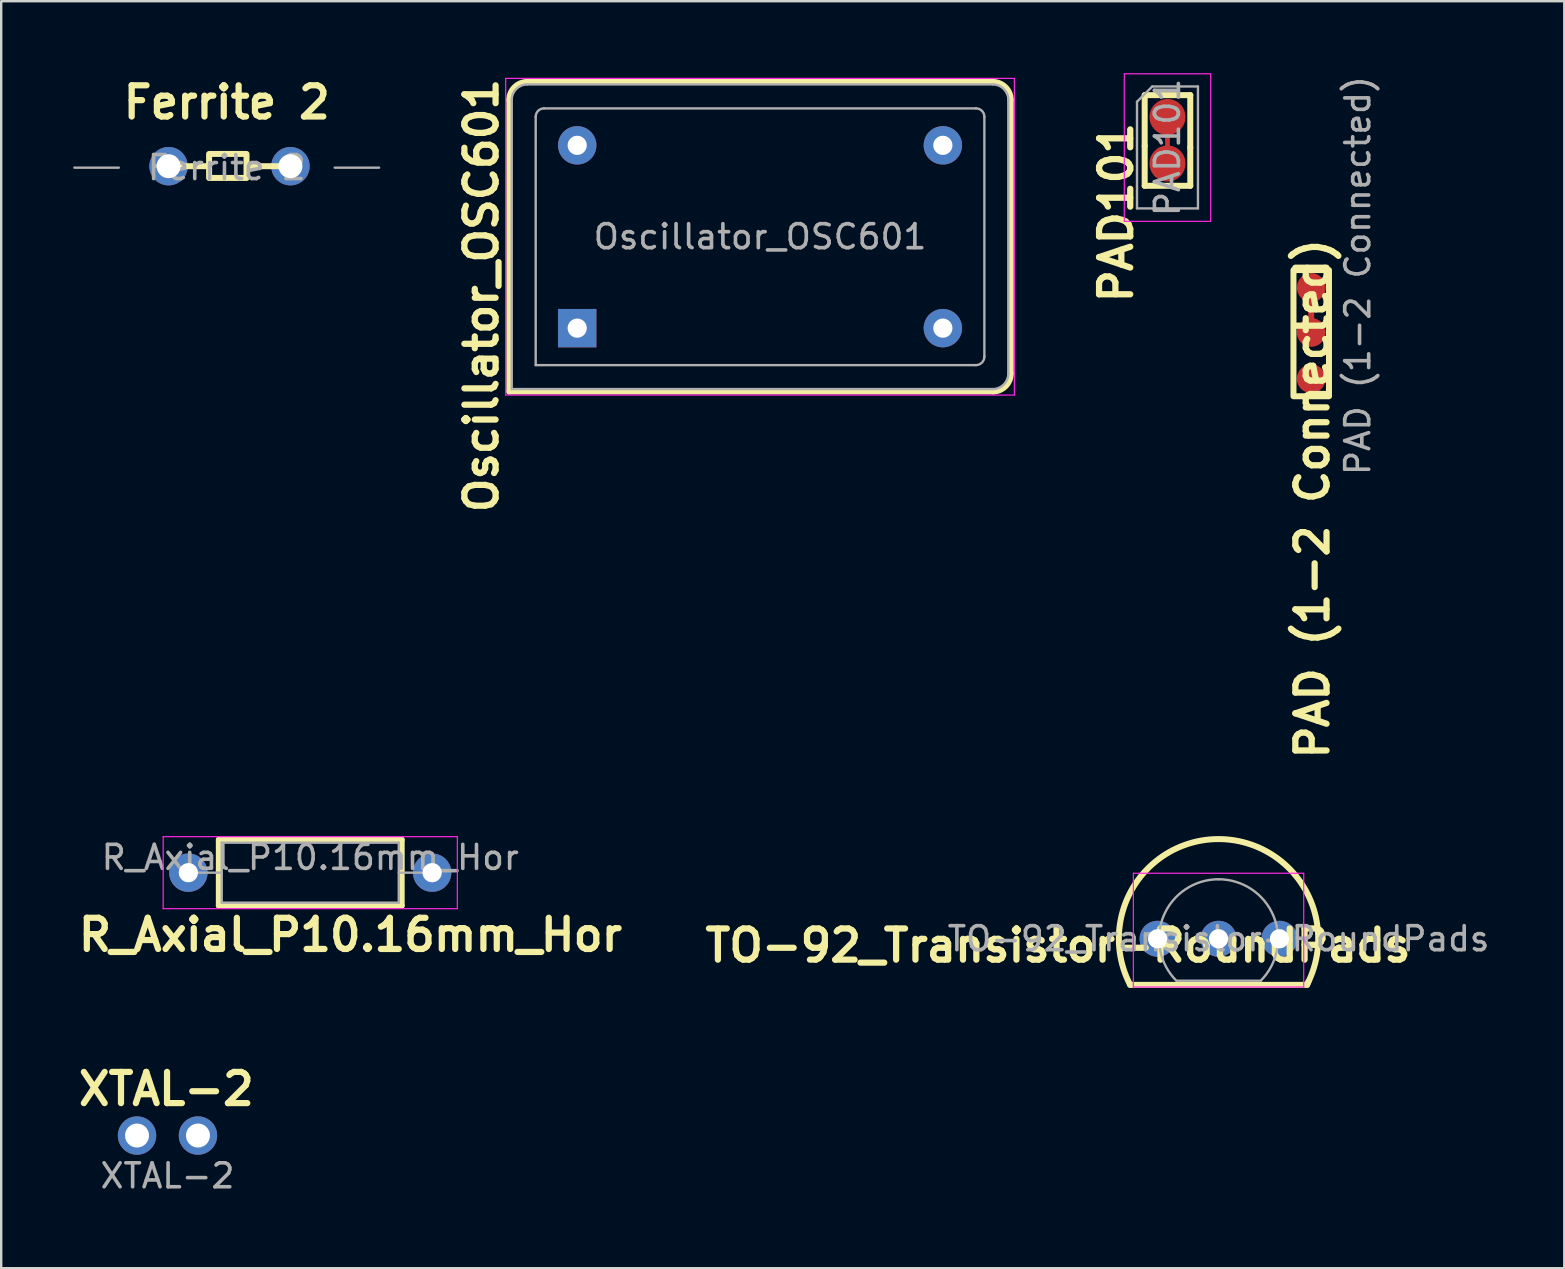
<source format=kicad_pcb>
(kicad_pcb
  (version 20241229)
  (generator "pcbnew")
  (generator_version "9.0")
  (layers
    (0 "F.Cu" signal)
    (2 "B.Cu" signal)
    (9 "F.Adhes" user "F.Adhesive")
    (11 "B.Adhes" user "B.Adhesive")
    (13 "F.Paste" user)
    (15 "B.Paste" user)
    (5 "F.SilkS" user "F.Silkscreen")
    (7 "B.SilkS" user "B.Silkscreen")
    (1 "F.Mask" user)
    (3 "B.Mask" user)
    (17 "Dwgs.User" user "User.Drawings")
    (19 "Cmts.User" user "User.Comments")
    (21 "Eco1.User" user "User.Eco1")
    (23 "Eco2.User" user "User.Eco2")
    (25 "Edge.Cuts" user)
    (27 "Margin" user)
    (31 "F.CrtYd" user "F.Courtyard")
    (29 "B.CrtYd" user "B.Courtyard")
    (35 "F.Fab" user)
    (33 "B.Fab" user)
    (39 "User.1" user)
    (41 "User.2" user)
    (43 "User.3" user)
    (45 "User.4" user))
  (footprint "TO-92_Transistor-RoundPads"
    (layer "F.Cu")
    (at 45.189 35.952)
    (property "Reference" "TO-92_Transistor-RoundPads" (at -4.142 0.407 0) (layer "F.SilkS") (effects (font (size 1.3 1.3) (thickness 0.26) (bold yes))))
    (attr through_hole)
    (fp_line (start 6.238 2.045) (end -1.136 2.045) (stroke (width 0.25) (type default)) (layer "F.SilkS"))
    (fp_line (start 6.238 2.045) (end 6.298 1.905) (stroke (width 0.25) (type default)) (layer "F.SilkS"))
    (fp_arc (start -1.136259 2.044559) (mid 2.519999 -4.03) (end 6.258101 1.99454) (stroke (width 0.25) (type default)) (layer "F.SilkS"))
    (fp_line (start -1.002 -2.605) (end -1.002 2.135) (stroke (width 0.05) (type solid)) (layer "F.CrtYd"))
    (fp_line (start -1.002 -2.605) (end 6.098 -2.605) (stroke (width 0.05) (type solid)) (layer "F.CrtYd"))
    (fp_line (start 6.098 2.135) (end -1.002 2.135) (stroke (width 0.05) (type solid)) (layer "F.CrtYd"))
    (fp_line (start 6.098 2.135) (end 6.098 -2.605) (stroke (width 0.05) (type solid)) (layer "F.CrtYd"))
    (fp_line (start 0.808 1.875) (end 4.308 1.875) (stroke (width 0.1) (type solid)) (layer "F.Fab"))
    (fp_arc (start 0.794477 1.878165) (mid 0.25688 -0.824515) (end 2.548102 -2.35546) (stroke (width 0.1) (type solid)) (layer "F.Fab"))
    (fp_arc (start 2.548102 -2.35546) (mid 4.839321 -0.824515) (end 4.301727 1.878165) (stroke (width 0.1) (type solid)) (layer "F.Fab"))
    (fp_text user "${REFERENCE}" (at 2.548 0.125 0) (layer "F.Fab") (effects (font (size 1 1) (thickness 0.15))))
    (pad "1" thru_hole circle (at 0.008 0.125) (size 1.5 1.5) (drill 0.8) (layers "*.Cu" "*.Mask"))
    (pad "2" thru_hole circle (at 2.548 0.125) (size 1.5 1.5) (drill 0.8) (layers "*.Cu" "*.Mask"))
    (pad "3" thru_hole circle (at 5.088 0.125) (size 1.5 1.5) (drill 0.8) (layers "*.Cu" "*.Mask")))
  (footprint "R_Axial_P10.16mm_Hor"
    (layer "F.Cu")
    (at 4.801 33.322)
    (property "Reference" "R_Axial_P10.16mm_Hor" (at 6.756 2.591 0) (layer "F.SilkS") (effects (font (size 1.3 1.3) (thickness 0.26) (bold yes))))
    (attr through_hole)
    (fp_line (start 1.27 -1.37) (end 1.27 1.37) (stroke (width 0.25) (type solid)) (layer "F.SilkS"))
    (fp_line (start 1.27 1.37) (end 8.89 1.37) (stroke (width 0.25) (type solid)) (layer "F.SilkS"))
    (fp_line (start 8.89 -1.37) (end 1.27 -1.37) (stroke (width 0.25) (type solid)) (layer "F.SilkS"))
    (fp_line (start 8.89 1.37) (end 8.89 -1.37) (stroke (width 0.25) (type solid)) (layer "F.SilkS"))
    (fp_line (start -1.05 -1.5) (end -1.05 1.5) (stroke (width 0.05) (type solid)) (layer "F.CrtYd"))
    (fp_line (start -1.05 1.5) (end 11.21 1.5) (stroke (width 0.05) (type solid)) (layer "F.CrtYd"))
    (fp_line (start 11.21 -1.5) (end -1.05 -1.5) (stroke (width 0.05) (type solid)) (layer "F.CrtYd"))
    (fp_line (start 11.21 1.5) (end 11.21 -1.5) (stroke (width 0.05) (type solid)) (layer "F.CrtYd"))
    (fp_line (start 0 0) (end 1.39 0) (stroke (width 0.1) (type solid)) (layer "F.Fab"))
    (fp_line (start 1.39 -1.25) (end 1.39 1.25) (stroke (width 0.1) (type solid)) (layer "F.Fab"))
    (fp_line (start 1.39 1.25) (end 8.77 1.25) (stroke (width 0.1) (type solid)) (layer "F.Fab"))
    (fp_line (start 8.77 -1.25) (end 1.39 -1.25) (stroke (width 0.1) (type solid)) (layer "F.Fab"))
    (fp_line (start 8.77 1.25) (end 8.77 -1.25) (stroke (width 0.1) (type solid)) (layer "F.Fab"))
    (fp_line (start 10.16 0) (end 8.77 0) (stroke (width 0.1) (type solid)) (layer "F.Fab"))
    (fp_text user "${REFERENCE}" (at 5.08 -0.635 0) (layer "F.Fab") (effects (font (size 1 1) (thickness 0.15))))
    (pad "1" thru_hole circle (at 0 0) (size 1.6 1.6) (drill 0.8) (layers "*.Cu" "*.Mask"))
    (pad "2" thru_hole oval (at 10.16 0) (size 1.6 1.6) (drill 0.8) (layers "*.Cu" "*.Mask")))
  (footprint "Ferrite 2"
    (layer "F.Cu")
    (at 6.43 3.927)
    (property "Reference" "Ferrite 2" (at -0.03 -2.71 0) (layer "F.SilkS") (effects (font (size 1.3 1.3) (thickness 0.26) (bold yes))))
    (attr through_hole)
    (fp_line (start -0.78 -0.05) (end -2.57 -0.05) (stroke (width 0.25) (type default)) (layer "F.SilkS"))
    (fp_line (start 2.625 -0.05) (end 0.835 -0.05) (stroke (width 0.25) (type default)) (layer "F.SilkS"))
    (fp_rect (start -0.765 -0.56) (end 0.795 0.44) (stroke (width 0.25) (type default)) (fill no) (layer "F.SilkS"))
    (fp_line (start -6.38 0.01) (end -4.53 0.01) (stroke (width 0.1) (type solid)) (layer "F.Fab"))
    (fp_line (start 6.32 0.01) (end 4.47 0.01) (stroke (width 0.1) (type solid)) (layer "F.Fab"))
    (fp_text user "${REFERENCE}" (at -0.03 0.01 0) (layer "F.Fab") (effects (font (size 1 1) (thickness 0.15))))
    (pad "1" thru_hole circle (at -2.455 -0.05) (size 1.6 1.6) (drill 1) (layers "*.Cu" "*.Mask"))
    (pad "2" thru_hole oval (at 2.625 -0.05) (size 1.6 1.6) (drill 1) (layers "*.Cu" "*.Mask")))
  (footprint "PAD101"
    (layer "F.Cu")
    (at 45.609 1.825)
    (property "Reference" "PAD101" (at -2.14 3.985 90) (layer "F.SilkS") (effects (font (size 1.3 1.3) (thickness 0.26) (bold yes))))
    (attr through_hole)
    (fp_line (start 0 0) (end 0 1.94) (stroke (width 0.2) (type default)) (layer "F.Cu"))
    (fp_line (start -0.95 -0.91) (end 0.95 -0.91) (stroke (width 0.25) (type solid)) (layer "F.SilkS"))
    (fp_line (start -0.95 1.21) (end -0.95 -0.91) (stroke (width 0.25) (type solid)) (layer "F.SilkS"))
    (fp_line (start -0.95 1.21) (end -0.95 2.87) (stroke (width 0.25) (type solid)) (layer "F.SilkS"))
    (fp_line (start -0.95 2.87) (end 0.95 2.87) (stroke (width 0.25) (type solid)) (layer "F.SilkS"))
    (fp_line (start 0.95 1.27) (end 0.95 -0.91) (stroke (width 0.25) (type solid)) (layer "F.SilkS"))
    (fp_line (start 0.95 1.27) (end 0.95 2.87) (stroke (width 0.25) (type solid)) (layer "F.SilkS"))
    (fp_line (start -1.8 -1.8) (end -1.8 4.35) (stroke (width 0.05) (type solid)) (layer "F.CrtYd"))
    (fp_line (start -1.8 4.35) (end 1.8 4.35) (stroke (width 0.05) (type solid)) (layer "F.CrtYd"))
    (fp_line (start 1.8 -1.8) (end -1.8 -1.8) (stroke (width 0.05) (type solid)) (layer "F.CrtYd"))
    (fp_line (start 1.8 4.35) (end 1.8 -1.8) (stroke (width 0.05) (type solid)) (layer "F.CrtYd"))
    (fp_line (start -1.27 -0.635) (end -0.635 -1.27) (stroke (width 0.1) (type solid)) (layer "F.Fab"))
    (fp_line (start -1.27 3.81) (end -1.27 -0.635) (stroke (width 0.1) (type solid)) (layer "F.Fab"))
    (fp_line (start -0.635 -1.27) (end 1.27 -1.27) (stroke (width 0.1) (type solid)) (layer "F.Fab"))
    (fp_line (start 1.27 -1.27) (end 1.27 3.81) (stroke (width 0.1) (type solid)) (layer "F.Fab"))
    (fp_line (start 1.27 3.81) (end -1.27 3.81) (stroke (width 0.1) (type solid)) (layer "F.Fab"))
    (fp_text user "${REFERENCE}" (at 0 1.27 270) (layer "F.Fab") (effects (font (size 1 1) (thickness 0.15))))
    (pad "1" smd circle (at 0 0) (size 1.5 1.5) (layers "F.Cu" "F.Mask"))
    (pad "2" smd circle (at 0 1.94) (size 1.5 1.5) (layers "F.Cu" "F.Mask")))
  (footprint "PAD (1-2 Connected)"
    (layer "F.Cu")
    (at 51.59 8.935)
    (property "Reference" "PAD (1-2 Connected)" (at 0.06 8.8 90) (layer "F.SilkS") (effects (font (size 1.3 1.3) (thickness 0.26) (bold yes))))
    (attr through_hole)
    (fp_line (start 0.01 0) (end 0.01 1.93) (stroke (width 0.25) (type default)) (layer "F.Cu"))
    (fp_rect (start 0.75 4.53) (end -0.73 -0.73) (stroke (width 0.25) (type default)) (fill no) (layer "F.SilkS"))
    (fp_text user "${REFERENCE}" (at 1.95 -0.5 90) (layer "F.Fab") (effects (font (size 1 1) (thickness 0.15))))
    (pad "1" smd circle (at 0.01 0) (size 1.2 1.2) (layers "F.Cu" "F.Mask"))
    (pad "2" smd circle (at 0.01 1.87) (size 1.2 1.2) (layers "F.Cu" "F.Mask"))
    (pad "3" smd circle (at 0.01 3.8) (size 1.2 1.2) (layers "F.Cu" "F.Mask")))
  (footprint "XTAL-2"
    (layer "F.Cu")
    (at 2.651 44.358)
    (property "Reference" "XTAL-2" (at 1.23 -2.02 0) (layer "F.SilkS") (effects (font (size 1.3 1.3) (thickness 0.26) (bold yes))))
    (attr through_hole)
    (fp_text user "${REFERENCE}" (at 1.28 1.6 0) (layer "F.Fab") (effects (font (size 1 1) (thickness 0.15))))
    (pad "1" thru_hole circle (at 0.01 -0.08) (size 1.6 1.6) (drill 1) (layers "*.Cu" "*.Mask"))
    (pad "2" thru_hole circle (at 2.55 -0.08) (size 1.6 1.6) (drill 1) (layers "*.Cu" "*.Mask")))
  (footprint "Oscillator_OSC601"
    (layer "F.Cu")
    (at 21.007 10.627)
    (property "Reference" "Oscillator_OSC601" (at -3.99 -1.36 90) (layer "F.SilkS") (effects (font (size 1.3 1.3) (thickness 0.26) (bold yes))))
    (attr through_hole)
    (fp_line (start -2.83 -9.51) (end -2.83 2.64) (stroke (width 0.25) (type solid)) (layer "F.SilkS"))
    (fp_line (start -2.83 2.64) (end 17.32 2.64) (stroke (width 0.25) (type solid)) (layer "F.SilkS"))
    (fp_line (start 17.32 -10.26) (end -2.08 -10.26) (stroke (width 0.25) (type solid)) (layer "F.SilkS"))
    (fp_line (start 18.07 1.89) (end 18.07 -9.51) (stroke (width 0.25) (type solid)) (layer "F.SilkS"))
    (fp_arc (start -2.83 -9.51) (mid -2.61033 -10.04033) (end -2.08 -10.26) (stroke (width 0.25) (type solid)) (layer "F.SilkS"))
    (fp_arc (start 17.32 -10.26) (mid 17.85033 -10.04033) (end 18.07 -9.51) (stroke (width 0.25) (type solid)) (layer "F.SilkS"))
    (fp_arc (start 18.07 1.89) (mid 17.85033 2.42033) (end 17.32 2.64) (stroke (width 0.25) (type solid)) (layer "F.SilkS"))
    (fp_line (start -2.98 -10.41) (end -2.98 2.79) (stroke (width 0.05) (type solid)) (layer "F.CrtYd"))
    (fp_line (start -2.98 2.79) (end 18.22 2.79) (stroke (width 0.05) (type solid)) (layer "F.CrtYd"))
    (fp_line (start 18.22 -10.41) (end -2.98 -10.41) (stroke (width 0.05) (type solid)) (layer "F.CrtYd"))
    (fp_line (start 18.22 2.79) (end 18.22 -10.41) (stroke (width 0.05) (type solid)) (layer "F.CrtYd"))
    (fp_line (start -2.73 2.54) (end -2.73 -9.51) (stroke (width 0.1) (type solid)) (layer "F.Fab"))
    (fp_line (start -2.73 2.54) (end 17.32 2.54) (stroke (width 0.1) (type solid)) (layer "F.Fab"))
    (fp_line (start -2.08 -10.16) (end 17.32 -10.16) (stroke (width 0.1) (type solid)) (layer "F.Fab"))
    (fp_line (start -1.73 1.54) (end -1.73 -8.81) (stroke (width 0.1) (type solid)) (layer "F.Fab"))
    (fp_line (start -1.73 1.54) (end 16.62 1.54) (stroke (width 0.1) (type solid)) (layer "F.Fab"))
    (fp_line (start -1.38 -9.16) (end 16.62 -9.16) (stroke (width 0.1) (type solid)) (layer "F.Fab"))
    (fp_line (start 16.97 1.19) (end 16.97 -8.81) (stroke (width 0.1) (type solid)) (layer "F.Fab"))
    (fp_line (start 17.97 -9.51) (end 17.97 1.89) (stroke (width 0.1) (type solid)) (layer "F.Fab"))
    (fp_arc (start -2.73 -9.51) (mid -2.539619 -9.969619) (end -2.08 -10.16) (stroke (width 0.1) (type solid)) (layer "F.Fab"))
    (fp_arc (start -1.73 -8.81) (mid -1.627487 -9.057487) (end -1.38 -9.16) (stroke (width 0.1) (type solid)) (layer "F.Fab"))
    (fp_arc (start 16.62 -9.16) (mid 16.867487 -9.057487) (end 16.97 -8.81) (stroke (width 0.1) (type solid)) (layer "F.Fab"))
    (fp_arc (start 16.97 1.19) (mid 16.867487 1.437487) (end 16.62 1.54) (stroke (width 0.1) (type solid)) (layer "F.Fab"))
    (fp_arc (start 17.32 -10.16) (mid 17.779619 -9.969619) (end 17.97 -9.51) (stroke (width 0.1) (type solid)) (layer "F.Fab"))
    (fp_arc (start 17.97 1.89) (mid 17.779619 2.349619) (end 17.32 2.54) (stroke (width 0.1) (type solid)) (layer "F.Fab"))
    (fp_text user "${REFERENCE}" (at 7.62 -3.81 0) (layer "F.Fab") (effects (font (size 1 1) (thickness 0.15))))
    (pad "1" thru_hole rect (at 0 0) (size 1.6 1.6) (drill 0.8) (layers "*.Cu" "*.Mask"))
    (pad "2" thru_hole circle (at 15.24 0) (size 1.6 1.6) (drill 0.8) (layers "*.Cu" "*.Mask"))
    (pad "3" thru_hole circle (at 15.24 -7.62) (size 1.6 1.6) (drill 0.8) (layers "*.Cu" "*.Mask"))
    (pad "4" thru_hole circle (at 0 -7.62) (size 1.6 1.6) (drill 0.8) (layers "*.Cu" "*.Mask")))
  (gr_rect
    (start -3 -3)
    (end 62.147 49.807)
    (stroke (width 0.1) (type default))
    (fill no)
    (layer "Edge.Cuts")))
</source>
